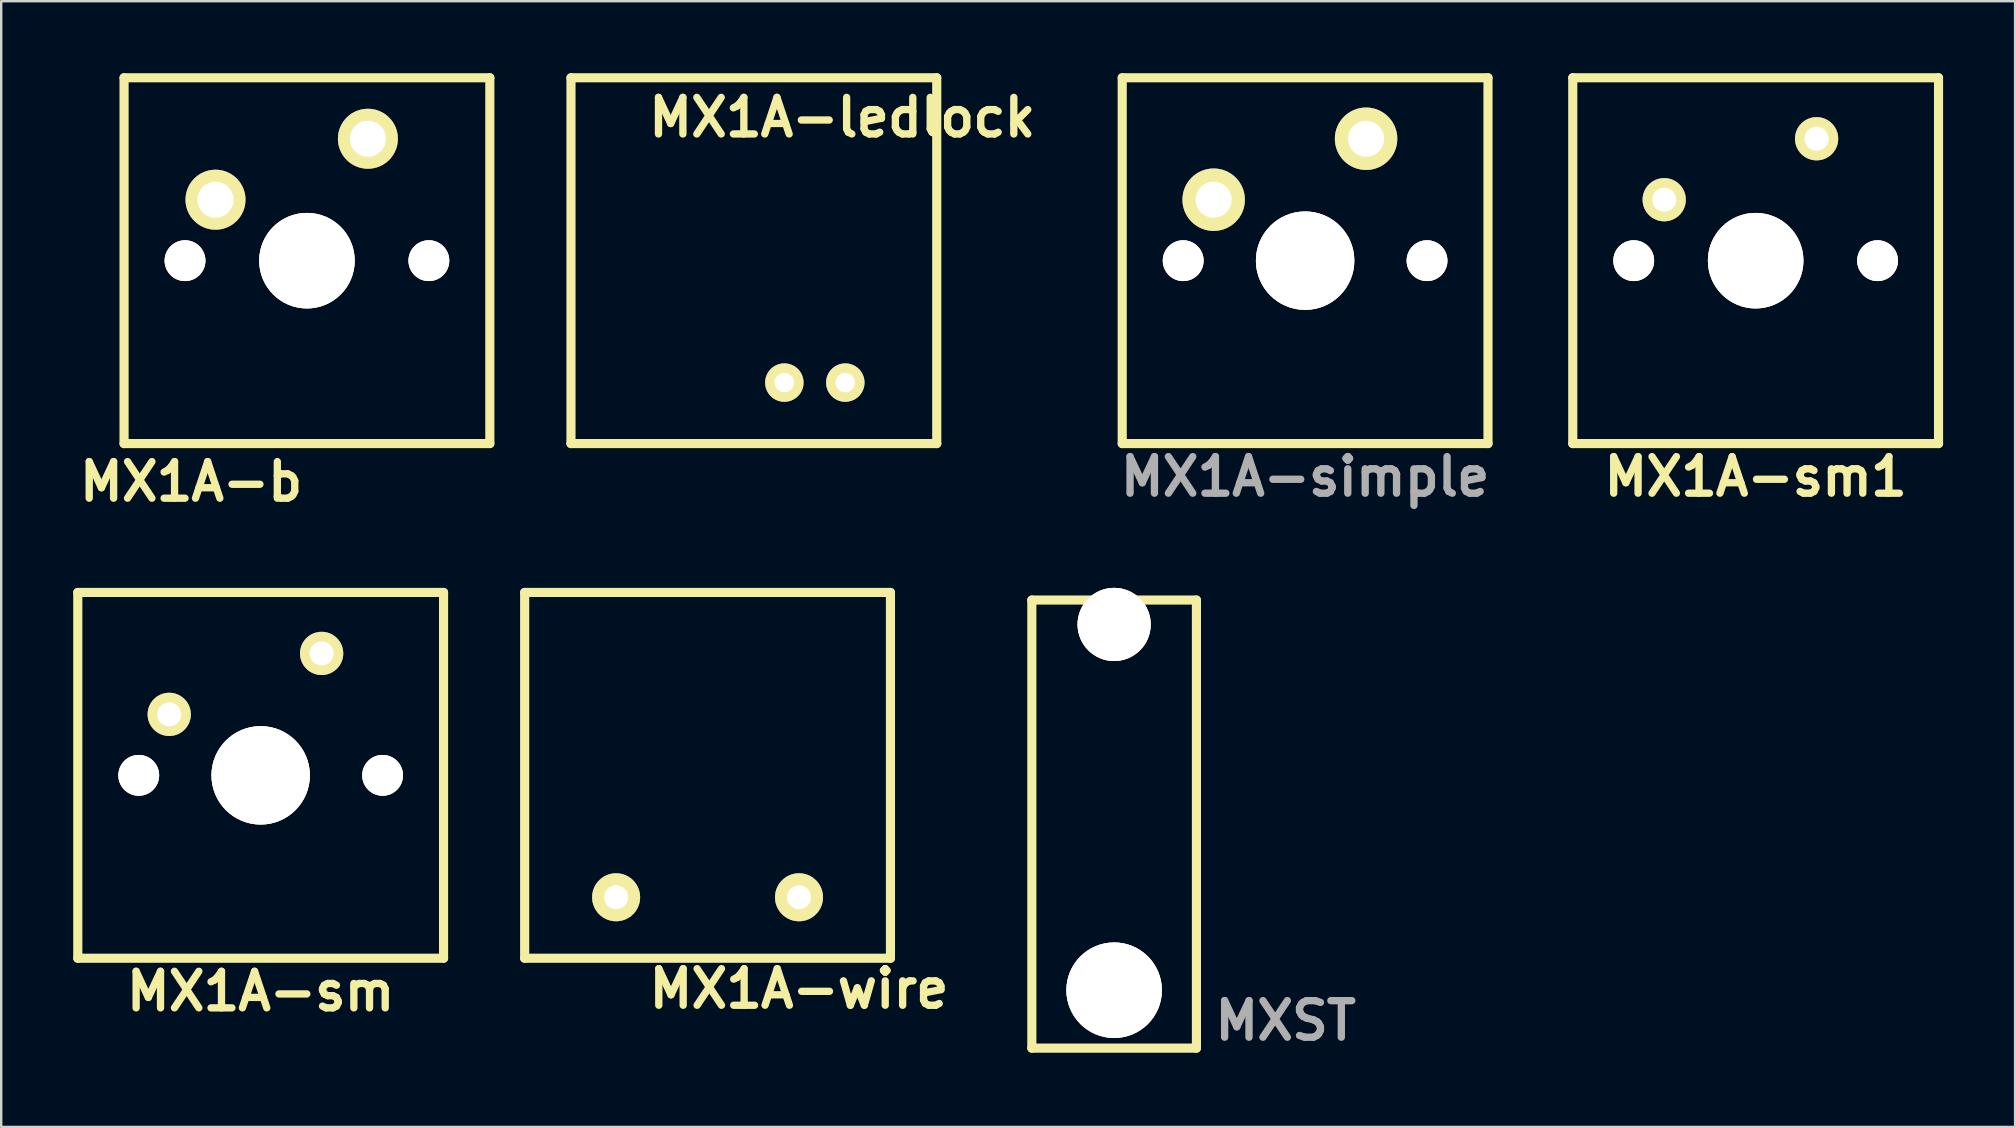
<source format=kicad_pcb>
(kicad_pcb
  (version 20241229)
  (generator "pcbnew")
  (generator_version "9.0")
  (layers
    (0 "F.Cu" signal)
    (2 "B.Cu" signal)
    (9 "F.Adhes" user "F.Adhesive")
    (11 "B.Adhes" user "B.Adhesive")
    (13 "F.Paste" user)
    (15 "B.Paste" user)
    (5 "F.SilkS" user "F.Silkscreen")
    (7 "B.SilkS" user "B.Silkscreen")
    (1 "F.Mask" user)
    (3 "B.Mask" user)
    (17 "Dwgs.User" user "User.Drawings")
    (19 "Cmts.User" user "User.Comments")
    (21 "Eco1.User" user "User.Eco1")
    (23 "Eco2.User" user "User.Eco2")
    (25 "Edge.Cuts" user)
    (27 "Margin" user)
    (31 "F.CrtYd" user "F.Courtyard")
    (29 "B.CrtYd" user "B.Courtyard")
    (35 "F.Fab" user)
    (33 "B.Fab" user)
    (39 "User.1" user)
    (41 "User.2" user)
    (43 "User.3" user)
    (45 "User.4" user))
  (footprint "MX1A-sm1"
    (layer "F.Cu")
    (at 70.1 7.811)
    (property "Reference" "MX1A-sm1" (at 0 8.999 0) (layer "F.SilkS") (effects (font (size 1.524 1.524) (thickness 0.305))))
    (attr through_hole)
    (fp_line (start -7.62 -7.62) (end 7.62 -7.62) (stroke (width 0.381) (type solid)) (layer "F.SilkS"))
    (fp_line (start -7.62 7.62) (end -7.62 -7.62) (stroke (width 0.381) (type solid)) (layer "F.SilkS"))
    (fp_line (start 7.62 -7.62) (end 7.62 7.62) (stroke (width 0.381) (type solid)) (layer "F.SilkS"))
    (fp_line (start 7.62 7.62) (end -7.62 7.62) (stroke (width 0.381) (type solid)) (layer "F.SilkS"))
    (pad "" thru_hole circle (at -5.08 0) (size 1.699 1.699) (drill 1.699) (layers "*.Cu" "*.Mask" "F.SilkS"))
    (pad "" thru_hole circle (at 5.08 0) (size 1.699 1.699) (drill 1.699) (layers "*.Cu" "*.Mask" "F.SilkS"))
    (pad "0" thru_hole circle (at 0 0) (size 3.98 3.98) (drill 3.98) (layers "*.Cu" "*.Mask" "F.SilkS"))
    (pad "1" thru_hole circle (at -3.81 -2.54) (size 1.801 1.801) (drill 1.001) (layers "*.Cu" "*.Mask" "F.SilkS"))
    (pad "2" thru_hole circle (at 2.54 -5.08) (size 1.801 1.801) (drill 1.001) (layers "*.Cu" "*.Mask" "F.SilkS")))
  (footprint "MX1A-wire"
    (layer "F.Cu")
    (at 26.431 29.255)
    (property "Reference" "MX1A-wire" (at 3.81 8.89 0) (layer "F.SilkS") (effects (font (size 1.524 1.524) (thickness 0.305))))
    (attr through_hole)
    (fp_line (start -7.62 -7.62) (end 7.62 -7.62) (stroke (width 0.381) (type solid)) (layer "F.SilkS"))
    (fp_line (start -7.62 7.62) (end -7.62 -7.62) (stroke (width 0.381) (type solid)) (layer "F.SilkS"))
    (fp_line (start 7.62 -7.62) (end 7.62 7.62) (stroke (width 0.381) (type solid)) (layer "F.SilkS"))
    (fp_line (start 7.62 7.62) (end -7.62 7.62) (stroke (width 0.381) (type solid)) (layer "F.SilkS"))
    (pad "1" thru_hole circle (at -3.81 5.08) (size 2 2) (drill 1) (layers "*.Cu" "*.Mask" "F.SilkS"))
    (pad "2" thru_hole circle (at 3.81 5.08) (size 2 2) (drill 1) (layers "*.Cu" "*.Mask" "F.SilkS")))
  (footprint "MX1A-sm"
    (layer "F.Cu")
    (at 7.811 29.255)
    (property "Reference" "MX1A-sm" (at 0 8.999 0) (layer "F.SilkS") (effects (font (size 1.524 1.524) (thickness 0.305))))
    (attr through_hole)
    (fp_line (start -7.62 -7.62) (end 7.62 -7.62) (stroke (width 0.381) (type solid)) (layer "F.SilkS"))
    (fp_line (start -7.62 7.62) (end -7.62 -7.62) (stroke (width 0.381) (type solid)) (layer "F.SilkS"))
    (fp_line (start 7.62 -7.62) (end 7.62 7.62) (stroke (width 0.381) (type solid)) (layer "F.SilkS"))
    (fp_line (start 7.62 7.62) (end -7.62 7.62) (stroke (width 0.381) (type solid)) (layer "F.SilkS"))
    (pad "" thru_hole circle (at -5.08 0) (size 1.699 1.699) (drill 1.699) (layers "*.Cu" "*.Mask" "F.SilkS"))
    (pad "" thru_hole circle (at 5.08 0) (size 1.699 1.699) (drill 1.699) (layers "*.Cu" "*.Mask" "F.SilkS"))
    (pad "0" thru_hole circle (at 0 0) (size 4.1 4.1) (drill 4.1) (layers "*.Cu" "*.Mask" "F.SilkS"))
    (pad "1" thru_hole circle (at -3.81 -2.54) (size 1.801 1.801) (drill 1.001) (layers "*.Cu" "*.Mask" "F.SilkS"))
    (pad "2" thru_hole circle (at 2.54 -5.08) (size 1.801 1.801) (drill 1.001) (layers "*.Cu" "*.Mask" "F.SilkS")))
  (footprint "MXST"
    (layer "F.Cu")
    (at 43.371 29.953)
    (property "Reference" "MXST" (at 7.144 9.524 0) (layer "F.Fab") (effects (font (size 1.524 1.524) (thickness 0.305))))
    (attr through_hole)
    (fp_line (start -3.429 -8.001) (end -3.429 10.668) (stroke (width 0.381) (type solid)) (layer "F.SilkS"))
    (fp_line (start -3.429 10.668) (end 3.429 10.668) (stroke (width 0.381) (type solid)) (layer "F.SilkS"))
    (fp_line (start 3.429 -8.001) (end -3.429 -8.001) (stroke (width 0.381) (type solid)) (layer "F.SilkS"))
    (fp_line (start 3.429 10.668) (end 3.429 -8.001) (stroke (width 0.381) (type solid)) (layer "F.SilkS"))
    (pad "1" thru_hole circle (at 0 -6.985) (size 3.048 3.048) (drill 3.048) (layers "*.Cu" "*.Mask" "F.SilkS"))
    (pad "2" thru_hole circle (at 0 8.255) (size 3.98 3.98) (drill 3.98) (layers "*.Cu" "*.Mask" "F.SilkS")))
  (footprint "MX1A-simple"
    (layer "F.Cu")
    (at 51.328 7.811)
    (property "Reference" "MX1A-simple" (at 0 8.999 0) (layer "F.Fab") (effects (font (size 1.524 1.524) (thickness 0.305))))
    (attr through_hole)
    (fp_line (start -7.62 -7.62) (end 7.62 -7.62) (stroke (width 0.381) (type solid)) (layer "F.SilkS"))
    (fp_line (start -7.62 7.62) (end -7.62 -7.62) (stroke (width 0.381) (type solid)) (layer "F.SilkS"))
    (fp_line (start 7.62 -7.62) (end 7.62 7.62) (stroke (width 0.381) (type solid)) (layer "F.SilkS"))
    (fp_line (start 7.62 7.62) (end -7.62 7.62) (stroke (width 0.381) (type solid)) (layer "F.SilkS"))
    (pad "" thru_hole circle (at -5.08 0) (size 1.699 1.699) (drill 1.699) (layers "*.Cu" "*.Mask" "F.SilkS"))
    (pad "" thru_hole circle (at 5.08 0) (size 1.699 1.699) (drill 1.699) (layers "*.Cu" "*.Mask" "F.SilkS"))
    (pad "0" thru_hole circle (at 0 0) (size 4.1 4.1) (drill 4.1) (layers "*.Cu" "*.Mask" "F.SilkS"))
    (pad "1" thru_hole circle (at -3.81 -2.54) (size 2.601 2.601) (drill 1.501) (layers "*.Cu" "*.Mask" "F.SilkS"))
    (pad "2" thru_hole circle (at 2.54 -5.08) (size 2.601 2.601) (drill 1.501) (layers "*.Cu" "*.Mask" "F.SilkS")))
  (footprint "MX1A-ledlock"
    (layer "F.Cu")
    (at 28.36 7.811)
    (property "Reference" "MX1A-ledlock" (at 3.683 -5.969 0) (layer "F.SilkS") (effects (font (size 1.524 1.524) (thickness 0.305))))
    (attr through_hole)
    (fp_line (start -7.62 -7.62) (end 7.62 -7.62) (stroke (width 0.381) (type solid)) (layer "F.SilkS"))
    (fp_line (start -7.62 7.62) (end -7.62 -7.62) (stroke (width 0.381) (type solid)) (layer "F.SilkS"))
    (fp_line (start 7.62 -7.62) (end 7.62 7.62) (stroke (width 0.381) (type solid)) (layer "F.SilkS"))
    (fp_line (start 7.62 7.62) (end -7.62 7.62) (stroke (width 0.381) (type solid)) (layer "F.SilkS"))
    (pad "1" thru_hole circle (at 3.81 5.08) (size 1.6 1.6) (drill 0.813) (layers "*.Cu" "*.Mask" "F.SilkS"))
    (pad "2" thru_hole circle (at 1.27 5.08) (size 1.6 1.6) (drill 0.813) (layers "*.Cu" "*.Mask" "F.SilkS")))
  (footprint "MX1A-b"
    (layer "F.Cu")
    (at 9.739 7.811)
    (property "Reference" "MX1A-b" (at -4.826 9.207 0) (layer "F.SilkS") (effects (font (size 1.524 1.524) (thickness 0.305))))
    (attr through_hole)
    (fp_line (start -7.62 -7.62) (end 7.62 -7.62) (stroke (width 0.381) (type solid)) (layer "F.SilkS"))
    (fp_line (start -7.62 7.62) (end -7.62 -7.62) (stroke (width 0.381) (type solid)) (layer "F.SilkS"))
    (fp_line (start 7.62 -7.62) (end 7.62 7.62) (stroke (width 0.381) (type solid)) (layer "F.SilkS"))
    (fp_line (start 7.62 7.62) (end -7.62 7.62) (stroke (width 0.381) (type solid)) (layer "F.SilkS"))
    (pad "" thru_hole circle (at -5.08 0) (size 1.699 1.699) (drill 1.699) (layers "*.Cu" "*.Mask" "F.SilkS"))
    (pad "" thru_hole circle (at 5.08 0) (size 1.699 1.699) (drill 1.699) (layers "*.Cu" "*.Mask" "F.SilkS"))
    (pad "0" thru_hole circle (at 0 0) (size 3.98 3.98) (drill 3.98) (layers "*.Cu" "*.Mask" "F.SilkS"))
    (pad "1" thru_hole circle (at -3.81 -2.54) (size 2.499 2.499) (drill 1.501) (layers "*.Cu" "*.Mask" "F.SilkS"))
    (pad "2" thru_hole circle (at 2.54 -5.08) (size 2.499 2.499) (drill 1.501) (layers "*.Cu" "*.Mask" "F.SilkS")))
  (gr_rect
    (start -3 -3)
    (end 80.91 43.904)
    (stroke (width 0.1) (type default))
    (fill no)
    (layer "Edge.Cuts")))
</source>
